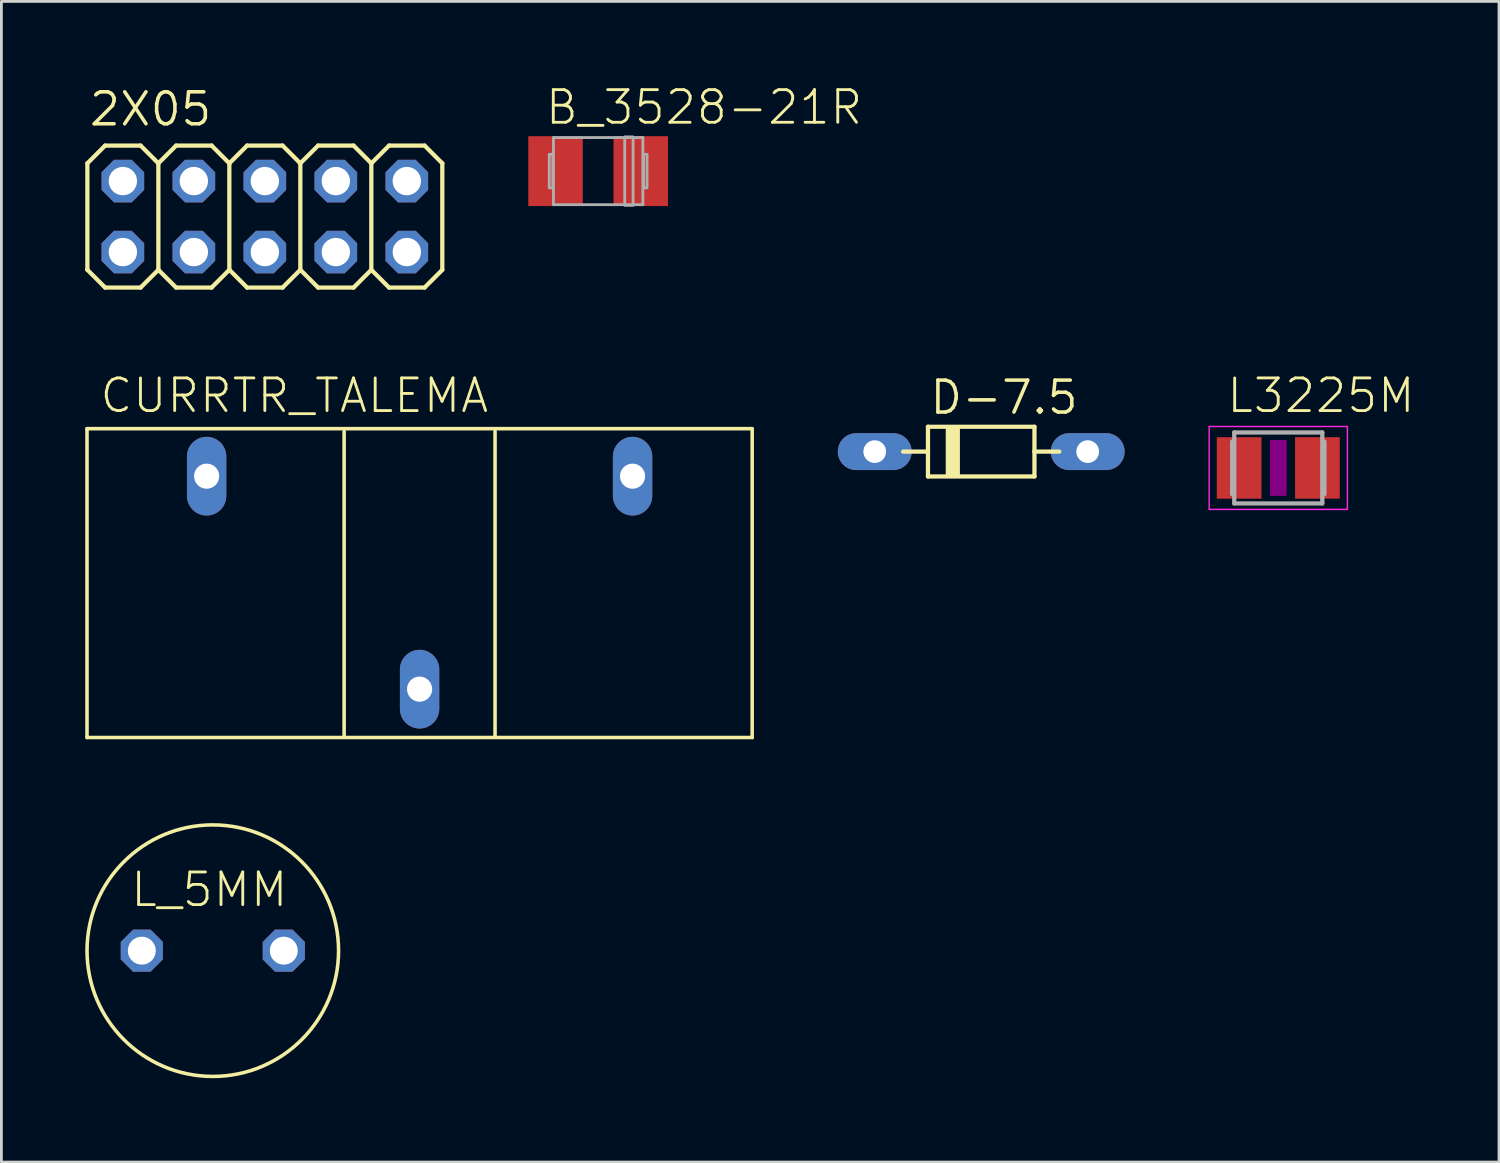
<source format=kicad_pcb>
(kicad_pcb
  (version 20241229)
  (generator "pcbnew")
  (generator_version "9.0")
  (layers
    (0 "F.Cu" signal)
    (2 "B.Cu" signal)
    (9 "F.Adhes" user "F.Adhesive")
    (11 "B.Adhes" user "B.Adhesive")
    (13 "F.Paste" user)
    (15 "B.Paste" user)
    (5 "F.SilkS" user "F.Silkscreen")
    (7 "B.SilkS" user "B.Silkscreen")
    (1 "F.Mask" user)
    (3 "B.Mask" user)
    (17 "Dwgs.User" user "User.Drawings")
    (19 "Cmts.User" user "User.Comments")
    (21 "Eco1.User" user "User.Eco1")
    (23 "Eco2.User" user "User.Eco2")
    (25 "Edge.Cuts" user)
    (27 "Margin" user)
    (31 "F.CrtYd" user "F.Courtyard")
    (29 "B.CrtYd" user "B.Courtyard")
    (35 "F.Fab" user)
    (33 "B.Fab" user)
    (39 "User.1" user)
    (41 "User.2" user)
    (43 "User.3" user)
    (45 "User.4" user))
  (footprint "L_5MM"
    (layer "F.Cu")
    (at 4.564 30.965)
    (property "Reference" "L_5MM" (at -3 -1.5 0) (unlocked yes) (layer "F.SilkS") (effects (font (size 1.168 1.168) (thickness 0.102)) (justify left bottom)))
    (fp_circle (center 0 0) (end 4.5 0) (stroke (width 0.127) (type solid)) (fill no) (layer "F.SilkS"))
    (pad "P$1" thru_hole roundrect (at -2.54 0) (size 1.508 1.508) (drill 1) (layers "*.Cu" "*.Mask") (roundrect_rratio 0.25) (chamfer_ratio 0.293) (chamfer top_left top_right bottom_left bottom_right))
    (pad "P$2" thru_hole roundrect (at 2.54 0) (size 1.508 1.508) (drill 1) (layers "*.Cu" "*.Mask") (roundrect_rratio 0.25) (chamfer_ratio 0.293) (chamfer top_left top_right bottom_left bottom_right)))
  (footprint "2X05"
    (layer "F.Cu")
    (at 6.426 4.699)
    (property "Reference" "2X05" (at -6.35 -3.175 0) (unlocked yes) (layer "F.SilkS") (effects (font (size 1.143 1.143) (thickness 0.127)) (justify left bottom)))
    (fp_line (start -6.35 -1.905) (end -5.715 -2.54) (stroke (width 0.152) (type solid)) (layer "F.SilkS"))
    (fp_line (start -6.35 1.905) (end -6.35 -1.905) (stroke (width 0.152) (type solid)) (layer "F.SilkS"))
    (fp_line (start -6.35 1.905) (end -5.715 2.54) (stroke (width 0.152) (type solid)) (layer "F.SilkS"))
    (fp_line (start -5.715 -2.54) (end -4.445 -2.54) (stroke (width 0.152) (type solid)) (layer "F.SilkS"))
    (fp_line (start -5.715 2.54) (end -4.445 2.54) (stroke (width 0.152) (type solid)) (layer "F.SilkS"))
    (fp_line (start -4.445 -2.54) (end -3.81 -1.905) (stroke (width 0.152) (type solid)) (layer "F.SilkS"))
    (fp_line (start -4.445 2.54) (end -3.81 1.905) (stroke (width 0.152) (type solid)) (layer "F.SilkS"))
    (fp_line (start -3.81 -1.905) (end -3.81 1.905) (stroke (width 0.152) (type solid)) (layer "F.SilkS"))
    (fp_line (start -3.81 -1.905) (end -3.175 -2.54) (stroke (width 0.152) (type solid)) (layer "F.SilkS"))
    (fp_line (start -3.81 1.905) (end -3.175 2.54) (stroke (width 0.152) (type solid)) (layer "F.SilkS"))
    (fp_line (start -3.175 -2.54) (end -1.905 -2.54) (stroke (width 0.152) (type solid)) (layer "F.SilkS"))
    (fp_line (start -3.175 2.54) (end -1.905 2.54) (stroke (width 0.152) (type solid)) (layer "F.SilkS"))
    (fp_line (start -1.905 -2.54) (end -1.27 -1.905) (stroke (width 0.152) (type solid)) (layer "F.SilkS"))
    (fp_line (start -1.905 2.54) (end -1.27 1.905) (stroke (width 0.152) (type solid)) (layer "F.SilkS"))
    (fp_line (start -1.27 -1.905) (end -1.27 1.905) (stroke (width 0.152) (type solid)) (layer "F.SilkS"))
    (fp_line (start -1.27 -1.905) (end -0.635 -2.54) (stroke (width 0.152) (type solid)) (layer "F.SilkS"))
    (fp_line (start -1.27 1.905) (end -0.635 2.54) (stroke (width 0.152) (type solid)) (layer "F.SilkS"))
    (fp_line (start -0.635 -2.54) (end 0.635 -2.54) (stroke (width 0.152) (type solid)) (layer "F.SilkS"))
    (fp_line (start -0.635 2.54) (end 0.635 2.54) (stroke (width 0.152) (type solid)) (layer "F.SilkS"))
    (fp_line (start 0.635 -2.54) (end 1.27 -1.905) (stroke (width 0.152) (type solid)) (layer "F.SilkS"))
    (fp_line (start 0.635 2.54) (end 1.27 1.905) (stroke (width 0.152) (type solid)) (layer "F.SilkS"))
    (fp_line (start 1.27 -1.905) (end 1.27 1.905) (stroke (width 0.152) (type solid)) (layer "F.SilkS"))
    (fp_line (start 1.27 -1.905) (end 1.905 -2.54) (stroke (width 0.152) (type solid)) (layer "F.SilkS"))
    (fp_line (start 1.27 1.905) (end 1.905 2.54) (stroke (width 0.152) (type solid)) (layer "F.SilkS"))
    (fp_line (start 1.905 -2.54) (end 3.175 -2.54) (stroke (width 0.152) (type solid)) (layer "F.SilkS"))
    (fp_line (start 1.905 2.54) (end 3.175 2.54) (stroke (width 0.152) (type solid)) (layer "F.SilkS"))
    (fp_line (start 3.175 -2.54) (end 3.81 -1.905) (stroke (width 0.152) (type solid)) (layer "F.SilkS"))
    (fp_line (start 3.175 2.54) (end 3.81 1.905) (stroke (width 0.152) (type solid)) (layer "F.SilkS"))
    (fp_line (start 3.81 -1.905) (end 3.81 1.905) (stroke (width 0.152) (type solid)) (layer "F.SilkS"))
    (fp_line (start 3.81 -1.905) (end 4.445 -2.54) (stroke (width 0.152) (type solid)) (layer "F.SilkS"))
    (fp_line (start 3.81 1.905) (end 4.445 2.54) (stroke (width 0.152) (type solid)) (layer "F.SilkS"))
    (fp_line (start 4.445 -2.54) (end 5.715 -2.54) (stroke (width 0.152) (type solid)) (layer "F.SilkS"))
    (fp_line (start 4.445 2.54) (end 5.715 2.54) (stroke (width 0.152) (type solid)) (layer "F.SilkS"))
    (fp_line (start 5.715 -2.54) (end 6.35 -1.905) (stroke (width 0.152) (type solid)) (layer "F.SilkS"))
    (fp_line (start 5.715 2.54) (end 6.35 1.905) (stroke (width 0.152) (type solid)) (layer "F.SilkS"))
    (fp_line (start 6.35 -1.905) (end 6.35 1.905) (stroke (width 0.152) (type solid)) (layer "F.SilkS"))
    (fp_poly (pts (xy -5.334 -1.016) (xy -4.826 -1.016) (xy -4.826 -1.524) (xy -5.334 -1.524)) (stroke (width 0.1) (type default)) (fill no) (layer "F.Fab"))
    (fp_poly (pts (xy -5.334 1.524) (xy -4.826 1.524) (xy -4.826 1.016) (xy -5.334 1.016)) (stroke (width 0.1) (type default)) (fill no) (layer "F.Fab"))
    (fp_poly (pts (xy -2.794 -1.016) (xy -2.286 -1.016) (xy -2.286 -1.524) (xy -2.794 -1.524)) (stroke (width 0.1) (type default)) (fill no) (layer "F.Fab"))
    (fp_poly (pts (xy -2.794 1.524) (xy -2.286 1.524) (xy -2.286 1.016) (xy -2.794 1.016)) (stroke (width 0.1) (type default)) (fill no) (layer "F.Fab"))
    (fp_poly (pts (xy -0.254 -1.016) (xy 0.254 -1.016) (xy 0.254 -1.524) (xy -0.254 -1.524)) (stroke (width 0.1) (type default)) (fill no) (layer "F.Fab"))
    (fp_poly (pts (xy -0.254 1.524) (xy 0.254 1.524) (xy 0.254 1.016) (xy -0.254 1.016)) (stroke (width 0.1) (type default)) (fill no) (layer "F.Fab"))
    (fp_poly (pts (xy 2.286 -1.016) (xy 2.794 -1.016) (xy 2.794 -1.524) (xy 2.286 -1.524)) (stroke (width 0.1) (type default)) (fill no) (layer "F.Fab"))
    (fp_poly (pts (xy 2.286 1.524) (xy 2.794 1.524) (xy 2.794 1.016) (xy 2.286 1.016)) (stroke (width 0.1) (type default)) (fill no) (layer "F.Fab"))
    (fp_poly (pts (xy 4.826 -1.016) (xy 5.334 -1.016) (xy 5.334 -1.524) (xy 4.826 -1.524)) (stroke (width 0.1) (type default)) (fill no) (layer "F.Fab"))
    (fp_poly (pts (xy 4.826 1.524) (xy 5.334 1.524) (xy 5.334 1.016) (xy 4.826 1.016)) (stroke (width 0.1) (type default)) (fill no) (layer "F.Fab"))
    (pad "1" thru_hole roundrect (at -5.08 1.27) (size 1.524 1.524) (drill 1.016) (layers "*.Cu" "*.Mask") (roundrect_rratio 0.25) (chamfer_ratio 0.293) (chamfer top_left top_right bottom_left bottom_right))
    (pad "2" thru_hole roundrect (at -5.08 -1.27) (size 1.524 1.524) (drill 1.016) (layers "*.Cu" "*.Mask") (roundrect_rratio 0.25) (chamfer_ratio 0.293) (chamfer top_left top_right bottom_left bottom_right))
    (pad "3" thru_hole roundrect (at -2.54 1.27) (size 1.524 1.524) (drill 1.016) (layers "*.Cu" "*.Mask") (roundrect_rratio 0.25) (chamfer_ratio 0.293) (chamfer top_left top_right bottom_left bottom_right))
    (pad "4" thru_hole roundrect (at -2.54 -1.27) (size 1.524 1.524) (drill 1.016) (layers "*.Cu" "*.Mask") (roundrect_rratio 0.25) (chamfer_ratio 0.293) (chamfer top_left top_right bottom_left bottom_right))
    (pad "5" thru_hole roundrect (at 0 1.27) (size 1.524 1.524) (drill 1.016) (layers "*.Cu" "*.Mask") (roundrect_rratio 0.25) (chamfer_ratio 0.293) (chamfer top_left top_right bottom_left bottom_right))
    (pad "6" thru_hole roundrect (at 0 -1.27) (size 1.524 1.524) (drill 1.016) (layers "*.Cu" "*.Mask") (roundrect_rratio 0.25) (chamfer_ratio 0.293) (chamfer top_left top_right bottom_left bottom_right))
    (pad "7" thru_hole roundrect (at 2.54 1.27) (size 1.524 1.524) (drill 1.016) (layers "*.Cu" "*.Mask") (roundrect_rratio 0.25) (chamfer_ratio 0.293) (chamfer top_left top_right bottom_left bottom_right))
    (pad "8" thru_hole roundrect (at 2.54 -1.27) (size 1.524 1.524) (drill 1.016) (layers "*.Cu" "*.Mask") (roundrect_rratio 0.25) (chamfer_ratio 0.293) (chamfer top_left top_right bottom_left bottom_right))
    (pad "9" thru_hole roundrect (at 5.08 1.27) (size 1.524 1.524) (drill 1.016) (layers "*.Cu" "*.Mask") (roundrect_rratio 0.25) (chamfer_ratio 0.293) (chamfer top_left top_right bottom_left bottom_right))
    (pad "10" thru_hole roundrect (at 5.08 -1.27) (size 1.524 1.524) (drill 1.016) (layers "*.Cu" "*.Mask") (roundrect_rratio 0.25) (chamfer_ratio 0.293) (chamfer top_left top_right bottom_left bottom_right)))
  (footprint "CURRTR_TALEMA"
    (layer "F.Cu")
    (at 11.963 13.988)
    (property "Reference" "CURRTR_TALEMA" (at -11.5 -2.2 0) (unlocked yes) (layer "F.SilkS") (effects (font (size 1.168 1.168) (thickness 0.102)) (justify left bottom)))
    (fp_line (start -11.9 -1.7) (end 11.9 -1.7) (stroke (width 0.127) (type solid)) (layer "F.SilkS"))
    (fp_line (start -11.9 9.35) (end -11.9 -1.7) (stroke (width 0.127) (type solid)) (layer "F.SilkS"))
    (fp_line (start -2.7 -1.6) (end -2.7 9.3) (stroke (width 0.127) (type solid)) (layer "F.SilkS"))
    (fp_line (start 2.7 9.3) (end 2.7 -1.6) (stroke (width 0.127) (type solid)) (layer "F.SilkS"))
    (fp_line (start 11.9 -1.7) (end 11.9 9.35) (stroke (width 0.127) (type solid)) (layer "F.SilkS"))
    (fp_line (start 11.9 9.35) (end -11.9 9.35) (stroke (width 0.127) (type solid)) (layer "F.SilkS"))
    (pad "1" thru_hole oval (at -7.62 0 90) (size 2.816 1.408) (drill 0.9) (layers "*.Cu" "*.Mask"))
    (pad "2" thru_hole oval (at 7.62 0 90) (size 2.816 1.408) (drill 0.9) (layers "*.Cu" "*.Mask"))
    (pad "TAP" thru_hole oval (at 0 7.62 90) (size 2.816 1.408) (drill 0.9) (layers "*.Cu" "*.Mask")))
  (footprint "D-7.5"
    (layer "F.Cu")
    (at 32.058 13.109)
    (property "Reference" "D-7.5" (at -1.905 -1.27 0) (unlocked yes) (layer "F.SilkS") (effects (font (size 1.143 1.143) (thickness 0.127)) (justify left bottom)))
    (fp_line (start -1.905 -0.889) (end -1.905 0) (stroke (width 0.152) (type solid)) (layer "F.SilkS"))
    (fp_line (start -1.905 0) (end -2.794 0) (stroke (width 0.152) (type solid)) (layer "F.SilkS"))
    (fp_line (start -1.905 0) (end -1.905 0.889) (stroke (width 0.152) (type solid)) (layer "F.SilkS"))
    (fp_line (start -1.905 0.889) (end 1.905 0.889) (stroke (width 0.152) (type solid)) (layer "F.SilkS"))
    (fp_line (start 1.905 -0.889) (end -1.905 -0.889) (stroke (width 0.152) (type solid)) (layer "F.SilkS"))
    (fp_line (start 1.905 0) (end 1.905 -0.889) (stroke (width 0.152) (type solid)) (layer "F.SilkS"))
    (fp_line (start 1.905 0.889) (end 1.905 0) (stroke (width 0.152) (type solid)) (layer "F.SilkS"))
    (fp_line (start 2.794 0) (end 1.905 0) (stroke (width 0.152) (type solid)) (layer "F.SilkS"))
    (fp_poly (pts (xy -1.27 0.889) (xy -0.762 0.889) (xy -0.762 -0.889) (xy -1.27 -0.889)) (stroke (width 0) (type default)) (fill yes) (layer "F.SilkS"))
    (pad "A" thru_hole oval (at 3.81 0) (size 2.642 1.321) (drill 0.813) (layers "*.Cu" "*.Mask"))
    (pad "C" thru_hole oval (at -3.81 0) (size 2.642 1.321) (drill 0.813) (layers "*.Cu" "*.Mask")))
  (footprint "L3225M"
    (layer "F.Cu")
    (at 42.687 13.693)
    (property "Reference" "L3225M" (at -1.905 -1.905 0) (unlocked yes) (layer "F.SilkS") (effects (font (size 1.168 1.168) (thickness 0.102)) (justify left bottom)))
    (fp_poly (pts (xy -0.3 1) (xy 0.3 1) (xy 0.3 -1) (xy -0.3 -1)) (stroke (width 0) (type default)) (fill yes) (layer "F.Adhes"))
    (fp_line (start -2.473 -1.483) (end 2.473 -1.483) (stroke (width 0.051) (type solid)) (layer "F.CrtYd"))
    (fp_line (start -2.473 1.483) (end -2.473 -1.483) (stroke (width 0.051) (type solid)) (layer "F.CrtYd"))
    (fp_line (start 2.473 -1.483) (end 2.473 1.483) (stroke (width 0.051) (type solid)) (layer "F.CrtYd"))
    (fp_line (start 2.473 1.483) (end -2.473 1.483) (stroke (width 0.051) (type solid)) (layer "F.CrtYd"))
    (fp_line (start -1.651 -0.94) (end -1.651 0.94) (stroke (width 0.152) (type solid)) (layer "F.Fab"))
    (fp_line (start -1.575 -1.27) (end 1.575 -1.27) (stroke (width 0.152) (type solid)) (layer "F.Fab"))
    (fp_line (start -1.575 1.27) (end -1.575 -1.27) (stroke (width 0.152) (type solid)) (layer "F.Fab"))
    (fp_line (start 1.575 -1.27) (end 1.575 1.27) (stroke (width 0.152) (type solid)) (layer "F.Fab"))
    (fp_line (start 1.575 1.27) (end -1.575 1.27) (stroke (width 0.152) (type solid)) (layer "F.Fab"))
    (fp_line (start 1.651 -0.94) (end 1.651 0.94) (stroke (width 0.152) (type solid)) (layer "F.Fab"))
    (pad "1" smd rect (at -1.4 0) (size 1.6 2.2) (layers "F.Cu" "F.Mask" "F.Paste"))
    (pad "2" smd rect (at 1.4 0) (size 1.6 2.2) (layers "F.Cu" "F.Mask" "F.Paste")))
  (footprint "B_3528-21R"
    (layer "F.Cu")
    (at 18.352 3.073)
    (property "Reference" "B_3528-21R" (at -1.95 -1.6 0) (unlocked yes) (layer "F.SilkS") (effects (font (size 1.168 1.168) (thickness 0.102)) (justify left bottom)))
    (fp_line (start -1.6 -1.2) (end 1.6 -1.2) (stroke (width 0.102) (type solid)) (layer "F.Fab"))
    (fp_line (start -1.6 1.2) (end -1.6 -1.2) (stroke (width 0.102) (type solid)) (layer "F.Fab"))
    (fp_line (start 1.6 -1.2) (end 1.6 1.2) (stroke (width 0.102) (type solid)) (layer "F.Fab"))
    (fp_line (start 1.6 1.2) (end -1.6 1.2) (stroke (width 0.102) (type solid)) (layer "F.Fab"))
    (fp_poly (pts (xy -1.75 0.6) (xy -1.625 0.6) (xy -1.625 -0.6) (xy -1.75 -0.6)) (stroke (width 0.1) (type default)) (fill no) (layer "F.Fab"))
    (fp_poly (pts (xy 0.95 1.225) (xy 1.25 1.225) (xy 1.25 -1.225) (xy 0.95 -1.225)) (stroke (width 0.1) (type default)) (fill no) (layer "F.Fab"))
    (fp_poly (pts (xy 1.625 0.6) (xy 1.75 0.6) (xy 1.75 -0.6) (xy 1.625 -0.6)) (stroke (width 0.1) (type default)) (fill no) (layer "F.Fab"))
    (pad "+" smd rect (at 1.525 0) (size 1.95 2.5) (layers "F.Cu" "F.Mask" "F.Paste"))
    (pad "-" smd rect (at -1.525 0) (size 1.95 2.5) (layers "F.Cu" "F.Mask" "F.Paste")))
  (gr_rect
    (start -3 -3)
    (end 50.585 38.529)
    (stroke (width 0.1) (type default))
    (fill no)
    (layer "Edge.Cuts")))
</source>
